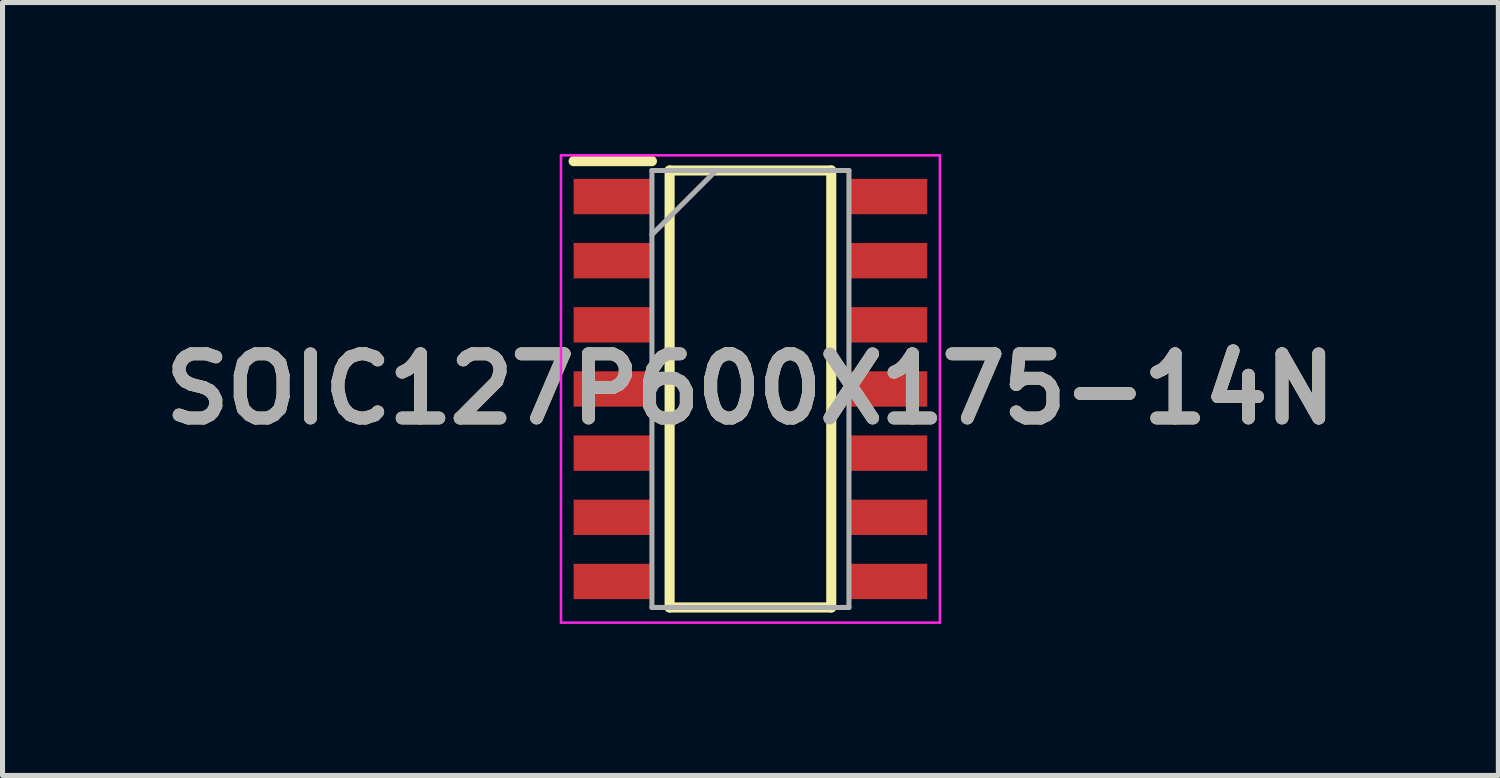
<source format=kicad_pcb>
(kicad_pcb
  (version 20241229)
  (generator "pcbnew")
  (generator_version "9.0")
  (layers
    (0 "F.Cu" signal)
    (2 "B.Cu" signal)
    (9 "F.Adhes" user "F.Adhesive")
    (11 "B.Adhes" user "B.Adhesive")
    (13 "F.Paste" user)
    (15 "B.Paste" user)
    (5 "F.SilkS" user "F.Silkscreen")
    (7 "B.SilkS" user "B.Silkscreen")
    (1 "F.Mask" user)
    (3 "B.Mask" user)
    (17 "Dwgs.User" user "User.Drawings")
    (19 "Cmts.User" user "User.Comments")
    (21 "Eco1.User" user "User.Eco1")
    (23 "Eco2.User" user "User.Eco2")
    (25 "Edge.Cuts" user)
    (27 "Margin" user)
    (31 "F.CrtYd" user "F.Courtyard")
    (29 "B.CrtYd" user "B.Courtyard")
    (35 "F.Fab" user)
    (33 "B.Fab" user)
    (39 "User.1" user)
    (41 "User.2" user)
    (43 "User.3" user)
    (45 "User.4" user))
  (footprint "SOIC127P600X175-14N"
    (layer "F.Cu")
    (at 11.805 4.65)
    (property "Reference" "SOIC127P600X175-14N" (at 0 0 0) (layer "F.SilkS") (effects (font (size 1.27 1.27) (thickness 0.254))))
    (attr smd)
    (fp_line (start -3.5 -4.51) (end -1.95 -4.51) (stroke (width 0.2) (type solid)) (layer "F.SilkS"))
    (fp_line (start -1.6 -4.325) (end 1.6 -4.325) (stroke (width 0.2) (type solid)) (layer "F.SilkS"))
    (fp_line (start -1.6 4.325) (end -1.6 -4.325) (stroke (width 0.2) (type solid)) (layer "F.SilkS"))
    (fp_line (start 1.6 -4.325) (end 1.6 4.325) (stroke (width 0.2) (type solid)) (layer "F.SilkS"))
    (fp_line (start 1.6 4.325) (end -1.6 4.325) (stroke (width 0.2) (type solid)) (layer "F.SilkS"))
    (fp_line (start -3.75 -4.625) (end 3.75 -4.625) (stroke (width 0.05) (type solid)) (layer "F.CrtYd"))
    (fp_line (start -3.75 4.625) (end -3.75 -4.625) (stroke (width 0.05) (type solid)) (layer "F.CrtYd"))
    (fp_line (start 3.75 -4.625) (end 3.75 4.625) (stroke (width 0.05) (type solid)) (layer "F.CrtYd"))
    (fp_line (start 3.75 4.625) (end -3.75 4.625) (stroke (width 0.05) (type solid)) (layer "F.CrtYd"))
    (fp_line (start -1.95 -4.325) (end 1.95 -4.325) (stroke (width 0.1) (type solid)) (layer "F.Fab"))
    (fp_line (start -1.95 -3.055) (end -0.68 -4.325) (stroke (width 0.1) (type solid)) (layer "F.Fab"))
    (fp_line (start -1.95 4.325) (end -1.95 -4.325) (stroke (width 0.1) (type solid)) (layer "F.Fab"))
    (fp_line (start 1.95 -4.325) (end 1.95 4.325) (stroke (width 0.1) (type solid)) (layer "F.Fab"))
    (fp_line (start 1.95 4.325) (end -1.95 4.325) (stroke (width 0.1) (type solid)) (layer "F.Fab"))
    (fp_text user "${REFERENCE}" (at 0 0 0) (layer "F.Fab") (effects (font (size 1.27 1.27) (thickness 0.254))))
    (pad "1" smd rect (at -2.725 -3.81 90) (size 0.7 1.55) (layers "F.Cu" "F.Mask" "F.Paste"))
    (pad "2" smd rect (at -2.725 -2.54 90) (size 0.7 1.55) (layers "F.Cu" "F.Mask" "F.Paste"))
    (pad "3" smd rect (at -2.725 -1.27 90) (size 0.7 1.55) (layers "F.Cu" "F.Mask" "F.Paste"))
    (pad "4" smd rect (at -2.725 0 90) (size 0.7 1.55) (layers "F.Cu" "F.Mask" "F.Paste"))
    (pad "5" smd rect (at -2.725 1.27 90) (size 0.7 1.55) (layers "F.Cu" "F.Mask" "F.Paste"))
    (pad "6" smd rect (at -2.725 2.54 90) (size 0.7 1.55) (layers "F.Cu" "F.Mask" "F.Paste"))
    (pad "7" smd rect (at -2.725 3.81 90) (size 0.7 1.55) (layers "F.Cu" "F.Mask" "F.Paste"))
    (pad "8" smd rect (at 2.725 3.81 90) (size 0.7 1.55) (layers "F.Cu" "F.Mask" "F.Paste"))
    (pad "9" smd rect (at 2.725 2.54 90) (size 0.7 1.55) (layers "F.Cu" "F.Mask" "F.Paste"))
    (pad "10" smd rect (at 2.725 1.27 90) (size 0.7 1.55) (layers "F.Cu" "F.Mask" "F.Paste"))
    (pad "11" smd rect (at 2.725 0 90) (size 0.7 1.55) (layers "F.Cu" "F.Mask" "F.Paste"))
    (pad "12" smd rect (at 2.725 -1.27 90) (size 0.7 1.55) (layers "F.Cu" "F.Mask" "F.Paste"))
    (pad "13" smd rect (at 2.725 -2.54 90) (size 0.7 1.55) (layers "F.Cu" "F.Mask" "F.Paste"))
    (pad "14" smd rect (at 2.725 -3.81 90) (size 0.7 1.55) (layers "F.Cu" "F.Mask" "F.Paste")))
  (gr_rect
    (start -3 -3)
    (end 26.61 12.3)
    (stroke (width 0.1) (type default))
    (fill no)
    (layer "Edge.Cuts")))
</source>
